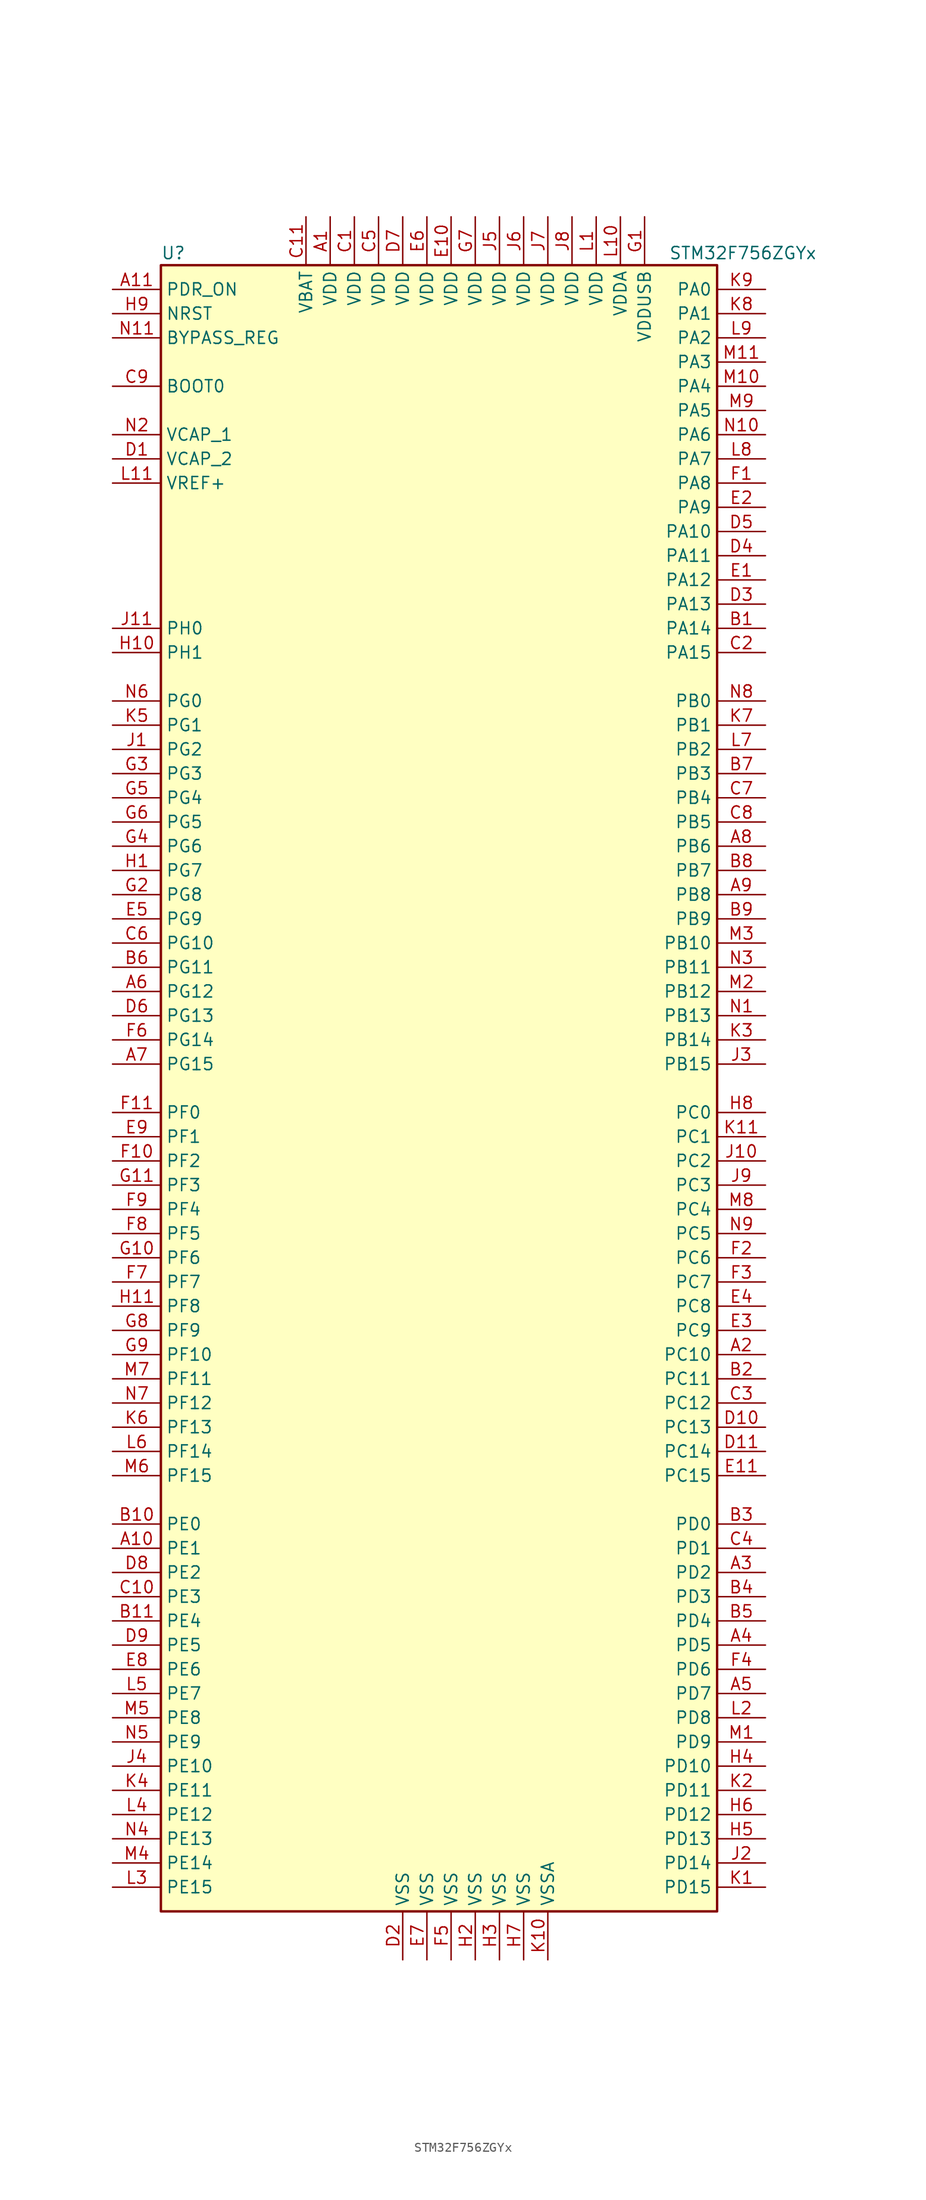
<source format=kicad_sym>
(kicad_symbol_lib
  (version 20201005)
  (generator kicad_symbol_editor)
  (symbol "MCU_ST_STM32F7:STM32F756ZGYx"
    (property "Reference" "U"
      (at -30.48 87.63 0)
      (effects (font (size 1.27 1.27)) (justify left)))
    (property "Value" "STM32F756ZGYx"
      (at 22.86 87.63 0)
      (effects (font (size 1.27 1.27)) (justify left)))
    (symbol "STM32F756ZGYx_0_1"
      (rectangle (start -30.48 -86.36) (end 27.94 86.36) (stroke (width 0.254)) (fill (type background))))
    (symbol "STM32F756ZGYx_1_1"
      (pin input line (at -35.56 73.66 0) (length 5.08) (name "BOOT0" (effects (font (size 1.27 1.27)))) (number "C9" (effects (font (size 1.27 1.27)))))
      (pin input line (at -35.56 78.74 0) (length 5.08) (name "BYPASS_REG" (effects (font (size 1.27 1.27)))) (number "N11" (effects (font (size 1.27 1.27)))))
      (pin input line (at -35.56 81.28 0) (length 5.08) (name "NRST" (effects (font (size 1.27 1.27)))) (number "H9" (effects (font (size 1.27 1.27)))))
      (pin bidirectional line (at 33.02 83.82 180) (length 5.08) (name "PA0" (effects (font (size 1.27 1.27)))) (number "K9" (effects (font (size 1.27 1.27)))))
      (pin bidirectional line (at 33.02 81.28 180) (length 5.08) (name "PA1" (effects (font (size 1.27 1.27)))) (number "K8" (effects (font (size 1.27 1.27)))))
      (pin bidirectional line (at 33.02 58.42 180) (length 5.08) (name "PA10" (effects (font (size 1.27 1.27)))) (number "D5" (effects (font (size 1.27 1.27)))))
      (pin bidirectional line (at 33.02 55.88 180) (length 5.08) (name "PA11" (effects (font (size 1.27 1.27)))) (number "D4" (effects (font (size 1.27 1.27)))))
      (pin bidirectional line (at 33.02 53.34 180) (length 5.08) (name "PA12" (effects (font (size 1.27 1.27)))) (number "E1" (effects (font (size 1.27 1.27)))))
      (pin bidirectional line (at 33.02 50.8 180) (length 5.08) (name "PA13" (effects (font (size 1.27 1.27)))) (number "D3" (effects (font (size 1.27 1.27)))))
      (pin bidirectional line (at 33.02 48.26 180) (length 5.08) (name "PA14" (effects (font (size 1.27 1.27)))) (number "B1" (effects (font (size 1.27 1.27)))))
      (pin bidirectional line (at 33.02 45.72 180) (length 5.08) (name "PA15" (effects (font (size 1.27 1.27)))) (number "C2" (effects (font (size 1.27 1.27)))))
      (pin bidirectional line (at 33.02 78.74 180) (length 5.08) (name "PA2" (effects (font (size 1.27 1.27)))) (number "L9" (effects (font (size 1.27 1.27)))))
      (pin bidirectional line (at 33.02 76.2 180) (length 5.08) (name "PA3" (effects (font (size 1.27 1.27)))) (number "M11" (effects (font (size 1.27 1.27)))))
      (pin bidirectional line (at 33.02 73.66 180) (length 5.08) (name "PA4" (effects (font (size 1.27 1.27)))) (number "M10" (effects (font (size 1.27 1.27)))))
      (pin bidirectional line (at 33.02 71.12 180) (length 5.08) (name "PA5" (effects (font (size 1.27 1.27)))) (number "M9" (effects (font (size 1.27 1.27)))))
      (pin bidirectional line (at 33.02 68.58 180) (length 5.08) (name "PA6" (effects (font (size 1.27 1.27)))) (number "N10" (effects (font (size 1.27 1.27)))))
      (pin bidirectional line (at 33.02 66.04 180) (length 5.08) (name "PA7" (effects (font (size 1.27 1.27)))) (number "L8" (effects (font (size 1.27 1.27)))))
      (pin bidirectional line (at 33.02 63.5 180) (length 5.08) (name "PA8" (effects (font (size 1.27 1.27)))) (number "F1" (effects (font (size 1.27 1.27)))))
      (pin bidirectional line (at 33.02 60.96 180) (length 5.08) (name "PA9" (effects (font (size 1.27 1.27)))) (number "E2" (effects (font (size 1.27 1.27)))))
      (pin bidirectional line (at 33.02 40.64 180) (length 5.08) (name "PB0" (effects (font (size 1.27 1.27)))) (number "N8" (effects (font (size 1.27 1.27)))))
      (pin bidirectional line (at 33.02 38.1 180) (length 5.08) (name "PB1" (effects (font (size 1.27 1.27)))) (number "K7" (effects (font (size 1.27 1.27)))))
      (pin bidirectional line (at 33.02 15.24 180) (length 5.08) (name "PB10" (effects (font (size 1.27 1.27)))) (number "M3" (effects (font (size 1.27 1.27)))))
      (pin bidirectional line (at 33.02 12.7 180) (length 5.08) (name "PB11" (effects (font (size 1.27 1.27)))) (number "N3" (effects (font (size 1.27 1.27)))))
      (pin bidirectional line (at 33.02 10.16 180) (length 5.08) (name "PB12" (effects (font (size 1.27 1.27)))) (number "M2" (effects (font (size 1.27 1.27)))))
      (pin bidirectional line (at 33.02 7.62 180) (length 5.08) (name "PB13" (effects (font (size 1.27 1.27)))) (number "N1" (effects (font (size 1.27 1.27)))))
      (pin bidirectional line (at 33.02 5.08 180) (length 5.08) (name "PB14" (effects (font (size 1.27 1.27)))) (number "K3" (effects (font (size 1.27 1.27)))))
      (pin bidirectional line (at 33.02 2.54 180) (length 5.08) (name "PB15" (effects (font (size 1.27 1.27)))) (number "J3" (effects (font (size 1.27 1.27)))))
      (pin bidirectional line (at 33.02 35.56 180) (length 5.08) (name "PB2" (effects (font (size 1.27 1.27)))) (number "L7" (effects (font (size 1.27 1.27)))))
      (pin bidirectional line (at 33.02 33.02 180) (length 5.08) (name "PB3" (effects (font (size 1.27 1.27)))) (number "B7" (effects (font (size 1.27 1.27)))))
      (pin bidirectional line (at 33.02 30.48 180) (length 5.08) (name "PB4" (effects (font (size 1.27 1.27)))) (number "C7" (effects (font (size 1.27 1.27)))))
      (pin bidirectional line (at 33.02 27.94 180) (length 5.08) (name "PB5" (effects (font (size 1.27 1.27)))) (number "C8" (effects (font (size 1.27 1.27)))))
      (pin bidirectional line (at 33.02 25.4 180) (length 5.08) (name "PB6" (effects (font (size 1.27 1.27)))) (number "A8" (effects (font (size 1.27 1.27)))))
      (pin bidirectional line (at 33.02 22.86 180) (length 5.08) (name "PB7" (effects (font (size 1.27 1.27)))) (number "B8" (effects (font (size 1.27 1.27)))))
      (pin bidirectional line (at 33.02 20.32 180) (length 5.08) (name "PB8" (effects (font (size 1.27 1.27)))) (number "A9" (effects (font (size 1.27 1.27)))))
      (pin bidirectional line (at 33.02 17.78 180) (length 5.08) (name "PB9" (effects (font (size 1.27 1.27)))) (number "B9" (effects (font (size 1.27 1.27)))))
      (pin bidirectional line (at 33.02 -2.54 180) (length 5.08) (name "PC0" (effects (font (size 1.27 1.27)))) (number "H8" (effects (font (size 1.27 1.27)))))
      (pin bidirectional line (at 33.02 -5.08 180) (length 5.08) (name "PC1" (effects (font (size 1.27 1.27)))) (number "K11" (effects (font (size 1.27 1.27)))))
      (pin bidirectional line (at 33.02 -27.94 180) (length 5.08) (name "PC10" (effects (font (size 1.27 1.27)))) (number "A2" (effects (font (size 1.27 1.27)))))
      (pin bidirectional line (at 33.02 -30.48 180) (length 5.08) (name "PC11" (effects (font (size 1.27 1.27)))) (number "B2" (effects (font (size 1.27 1.27)))))
      (pin bidirectional line (at 33.02 -33.02 180) (length 5.08) (name "PC12" (effects (font (size 1.27 1.27)))) (number "C3" (effects (font (size 1.27 1.27)))))
      (pin bidirectional line (at 33.02 -35.56 180) (length 5.08) (name "PC13" (effects (font (size 1.27 1.27)))) (number "D10" (effects (font (size 1.27 1.27)))))
      (pin bidirectional line (at 33.02 -38.1 180) (length 5.08) (name "PC14" (effects (font (size 1.27 1.27)))) (number "D11" (effects (font (size 1.27 1.27)))))
      (pin bidirectional line (at 33.02 -40.64 180) (length 5.08) (name "PC15" (effects (font (size 1.27 1.27)))) (number "E11" (effects (font (size 1.27 1.27)))))
      (pin bidirectional line (at 33.02 -7.62 180) (length 5.08) (name "PC2" (effects (font (size 1.27 1.27)))) (number "J10" (effects (font (size 1.27 1.27)))))
      (pin bidirectional line (at 33.02 -10.16 180) (length 5.08) (name "PC3" (effects (font (size 1.27 1.27)))) (number "J9" (effects (font (size 1.27 1.27)))))
      (pin bidirectional line (at 33.02 -12.7 180) (length 5.08) (name "PC4" (effects (font (size 1.27 1.27)))) (number "M8" (effects (font (size 1.27 1.27)))))
      (pin bidirectional line (at 33.02 -15.24 180) (length 5.08) (name "PC5" (effects (font (size 1.27 1.27)))) (number "N9" (effects (font (size 1.27 1.27)))))
      (pin bidirectional line (at 33.02 -17.78 180) (length 5.08) (name "PC6" (effects (font (size 1.27 1.27)))) (number "F2" (effects (font (size 1.27 1.27)))))
      (pin bidirectional line (at 33.02 -20.32 180) (length 5.08) (name "PC7" (effects (font (size 1.27 1.27)))) (number "F3" (effects (font (size 1.27 1.27)))))
      (pin bidirectional line (at 33.02 -22.86 180) (length 5.08) (name "PC8" (effects (font (size 1.27 1.27)))) (number "E4" (effects (font (size 1.27 1.27)))))
      (pin bidirectional line (at 33.02 -25.4 180) (length 5.08) (name "PC9" (effects (font (size 1.27 1.27)))) (number "E3" (effects (font (size 1.27 1.27)))))
      (pin bidirectional line (at 33.02 -45.72 180) (length 5.08) (name "PD0" (effects (font (size 1.27 1.27)))) (number "B3" (effects (font (size 1.27 1.27)))))
      (pin bidirectional line (at 33.02 -48.26 180) (length 5.08) (name "PD1" (effects (font (size 1.27 1.27)))) (number "C4" (effects (font (size 1.27 1.27)))))
      (pin bidirectional line (at 33.02 -71.12 180) (length 5.08) (name "PD10" (effects (font (size 1.27 1.27)))) (number "H4" (effects (font (size 1.27 1.27)))))
      (pin bidirectional line (at 33.02 -73.66 180) (length 5.08) (name "PD11" (effects (font (size 1.27 1.27)))) (number "K2" (effects (font (size 1.27 1.27)))))
      (pin bidirectional line (at 33.02 -76.2 180) (length 5.08) (name "PD12" (effects (font (size 1.27 1.27)))) (number "H6" (effects (font (size 1.27 1.27)))))
      (pin bidirectional line (at 33.02 -78.74 180) (length 5.08) (name "PD13" (effects (font (size 1.27 1.27)))) (number "H5" (effects (font (size 1.27 1.27)))))
      (pin bidirectional line (at 33.02 -81.28 180) (length 5.08) (name "PD14" (effects (font (size 1.27 1.27)))) (number "J2" (effects (font (size 1.27 1.27)))))
      (pin bidirectional line (at 33.02 -83.82 180) (length 5.08) (name "PD15" (effects (font (size 1.27 1.27)))) (number "K1" (effects (font (size 1.27 1.27)))))
      (pin bidirectional line (at 33.02 -50.8 180) (length 5.08) (name "PD2" (effects (font (size 1.27 1.27)))) (number "A3" (effects (font (size 1.27 1.27)))))
      (pin bidirectional line (at 33.02 -53.34 180) (length 5.08) (name "PD3" (effects (font (size 1.27 1.27)))) (number "B4" (effects (font (size 1.27 1.27)))))
      (pin bidirectional line (at 33.02 -55.88 180) (length 5.08) (name "PD4" (effects (font (size 1.27 1.27)))) (number "B5" (effects (font (size 1.27 1.27)))))
      (pin bidirectional line (at 33.02 -58.42 180) (length 5.08) (name "PD5" (effects (font (size 1.27 1.27)))) (number "A4" (effects (font (size 1.27 1.27)))))
      (pin bidirectional line (at 33.02 -60.96 180) (length 5.08) (name "PD6" (effects (font (size 1.27 1.27)))) (number "F4" (effects (font (size 1.27 1.27)))))
      (pin bidirectional line (at 33.02 -63.5 180) (length 5.08) (name "PD7" (effects (font (size 1.27 1.27)))) (number "A5" (effects (font (size 1.27 1.27)))))
      (pin bidirectional line (at 33.02 -66.04 180) (length 5.08) (name "PD8" (effects (font (size 1.27 1.27)))) (number "L2" (effects (font (size 1.27 1.27)))))
      (pin bidirectional line (at 33.02 -68.58 180) (length 5.08) (name "PD9" (effects (font (size 1.27 1.27)))) (number "M1" (effects (font (size 1.27 1.27)))))
      (pin input line (at -35.56 83.82 0) (length 5.08) (name "PDR_ON" (effects (font (size 1.27 1.27)))) (number "A11" (effects (font (size 1.27 1.27)))))
      (pin bidirectional line (at -35.56 -45.72 0) (length 5.08) (name "PE0" (effects (font (size 1.27 1.27)))) (number "B10" (effects (font (size 1.27 1.27)))))
      (pin bidirectional line (at -35.56 -48.26 0) (length 5.08) (name "PE1" (effects (font (size 1.27 1.27)))) (number "A10" (effects (font (size 1.27 1.27)))))
      (pin bidirectional line (at -35.56 -71.12 0) (length 5.08) (name "PE10" (effects (font (size 1.27 1.27)))) (number "J4" (effects (font (size 1.27 1.27)))))
      (pin bidirectional line (at -35.56 -73.66 0) (length 5.08) (name "PE11" (effects (font (size 1.27 1.27)))) (number "K4" (effects (font (size 1.27 1.27)))))
      (pin bidirectional line (at -35.56 -76.2 0) (length 5.08) (name "PE12" (effects (font (size 1.27 1.27)))) (number "L4" (effects (font (size 1.27 1.27)))))
      (pin bidirectional line (at -35.56 -78.74 0) (length 5.08) (name "PE13" (effects (font (size 1.27 1.27)))) (number "N4" (effects (font (size 1.27 1.27)))))
      (pin bidirectional line (at -35.56 -81.28 0) (length 5.08) (name "PE14" (effects (font (size 1.27 1.27)))) (number "M4" (effects (font (size 1.27 1.27)))))
      (pin bidirectional line (at -35.56 -83.82 0) (length 5.08) (name "PE15" (effects (font (size 1.27 1.27)))) (number "L3" (effects (font (size 1.27 1.27)))))
      (pin bidirectional line (at -35.56 -50.8 0) (length 5.08) (name "PE2" (effects (font (size 1.27 1.27)))) (number "D8" (effects (font (size 1.27 1.27)))))
      (pin bidirectional line (at -35.56 -53.34 0) (length 5.08) (name "PE3" (effects (font (size 1.27 1.27)))) (number "C10" (effects (font (size 1.27 1.27)))))
      (pin bidirectional line (at -35.56 -55.88 0) (length 5.08) (name "PE4" (effects (font (size 1.27 1.27)))) (number "B11" (effects (font (size 1.27 1.27)))))
      (pin bidirectional line (at -35.56 -58.42 0) (length 5.08) (name "PE5" (effects (font (size 1.27 1.27)))) (number "D9" (effects (font (size 1.27 1.27)))))
      (pin bidirectional line (at -35.56 -60.96 0) (length 5.08) (name "PE6" (effects (font (size 1.27 1.27)))) (number "E8" (effects (font (size 1.27 1.27)))))
      (pin bidirectional line (at -35.56 -63.5 0) (length 5.08) (name "PE7" (effects (font (size 1.27 1.27)))) (number "L5" (effects (font (size 1.27 1.27)))))
      (pin bidirectional line (at -35.56 -66.04 0) (length 5.08) (name "PE8" (effects (font (size 1.27 1.27)))) (number "M5" (effects (font (size 1.27 1.27)))))
      (pin bidirectional line (at -35.56 -68.58 0) (length 5.08) (name "PE9" (effects (font (size 1.27 1.27)))) (number "N5" (effects (font (size 1.27 1.27)))))
      (pin bidirectional line (at -35.56 -2.54 0) (length 5.08) (name "PF0" (effects (font (size 1.27 1.27)))) (number "F11" (effects (font (size 1.27 1.27)))))
      (pin bidirectional line (at -35.56 -5.08 0) (length 5.08) (name "PF1" (effects (font (size 1.27 1.27)))) (number "E9" (effects (font (size 1.27 1.27)))))
      (pin bidirectional line (at -35.56 -27.94 0) (length 5.08) (name "PF10" (effects (font (size 1.27 1.27)))) (number "G9" (effects (font (size 1.27 1.27)))))
      (pin bidirectional line (at -35.56 -30.48 0) (length 5.08) (name "PF11" (effects (font (size 1.27 1.27)))) (number "M7" (effects (font (size 1.27 1.27)))))
      (pin bidirectional line (at -35.56 -33.02 0) (length 5.08) (name "PF12" (effects (font (size 1.27 1.27)))) (number "N7" (effects (font (size 1.27 1.27)))))
      (pin bidirectional line (at -35.56 -35.56 0) (length 5.08) (name "PF13" (effects (font (size 1.27 1.27)))) (number "K6" (effects (font (size 1.27 1.27)))))
      (pin bidirectional line (at -35.56 -38.1 0) (length 5.08) (name "PF14" (effects (font (size 1.27 1.27)))) (number "L6" (effects (font (size 1.27 1.27)))))
      (pin bidirectional line (at -35.56 -40.64 0) (length 5.08) (name "PF15" (effects (font (size 1.27 1.27)))) (number "M6" (effects (font (size 1.27 1.27)))))
      (pin bidirectional line (at -35.56 -7.62 0) (length 5.08) (name "PF2" (effects (font (size 1.27 1.27)))) (number "F10" (effects (font (size 1.27 1.27)))))
      (pin bidirectional line (at -35.56 -10.16 0) (length 5.08) (name "PF3" (effects (font (size 1.27 1.27)))) (number "G11" (effects (font (size 1.27 1.27)))))
      (pin bidirectional line (at -35.56 -12.7 0) (length 5.08) (name "PF4" (effects (font (size 1.27 1.27)))) (number "F9" (effects (font (size 1.27 1.27)))))
      (pin bidirectional line (at -35.56 -15.24 0) (length 5.08) (name "PF5" (effects (font (size 1.27 1.27)))) (number "F8" (effects (font (size 1.27 1.27)))))
      (pin bidirectional line (at -35.56 -17.78 0) (length 5.08) (name "PF6" (effects (font (size 1.27 1.27)))) (number "G10" (effects (font (size 1.27 1.27)))))
      (pin bidirectional line (at -35.56 -20.32 0) (length 5.08) (name "PF7" (effects (font (size 1.27 1.27)))) (number "F7" (effects (font (size 1.27 1.27)))))
      (pin bidirectional line (at -35.56 -22.86 0) (length 5.08) (name "PF8" (effects (font (size 1.27 1.27)))) (number "H11" (effects (font (size 1.27 1.27)))))
      (pin bidirectional line (at -35.56 -25.4 0) (length 5.08) (name "PF9" (effects (font (size 1.27 1.27)))) (number "G8" (effects (font (size 1.27 1.27)))))
      (pin bidirectional line (at -35.56 40.64 0) (length 5.08) (name "PG0" (effects (font (size 1.27 1.27)))) (number "N6" (effects (font (size 1.27 1.27)))))
      (pin bidirectional line (at -35.56 38.1 0) (length 5.08) (name "PG1" (effects (font (size 1.27 1.27)))) (number "K5" (effects (font (size 1.27 1.27)))))
      (pin bidirectional line (at -35.56 15.24 0) (length 5.08) (name "PG10" (effects (font (size 1.27 1.27)))) (number "C6" (effects (font (size 1.27 1.27)))))
      (pin bidirectional line (at -35.56 12.7 0) (length 5.08) (name "PG11" (effects (font (size 1.27 1.27)))) (number "B6" (effects (font (size 1.27 1.27)))))
      (pin bidirectional line (at -35.56 10.16 0) (length 5.08) (name "PG12" (effects (font (size 1.27 1.27)))) (number "A6" (effects (font (size 1.27 1.27)))))
      (pin bidirectional line (at -35.56 7.62 0) (length 5.08) (name "PG13" (effects (font (size 1.27 1.27)))) (number "D6" (effects (font (size 1.27 1.27)))))
      (pin bidirectional line (at -35.56 5.08 0) (length 5.08) (name "PG14" (effects (font (size 1.27 1.27)))) (number "F6" (effects (font (size 1.27 1.27)))))
      (pin bidirectional line (at -35.56 2.54 0) (length 5.08) (name "PG15" (effects (font (size 1.27 1.27)))) (number "A7" (effects (font (size 1.27 1.27)))))
      (pin bidirectional line (at -35.56 35.56 0) (length 5.08) (name "PG2" (effects (font (size 1.27 1.27)))) (number "J1" (effects (font (size 1.27 1.27)))))
      (pin bidirectional line (at -35.56 33.02 0) (length 5.08) (name "PG3" (effects (font (size 1.27 1.27)))) (number "G3" (effects (font (size 1.27 1.27)))))
      (pin bidirectional line (at -35.56 30.48 0) (length 5.08) (name "PG4" (effects (font (size 1.27 1.27)))) (number "G5" (effects (font (size 1.27 1.27)))))
      (pin bidirectional line (at -35.56 27.94 0) (length 5.08) (name "PG5" (effects (font (size 1.27 1.27)))) (number "G6" (effects (font (size 1.27 1.27)))))
      (pin bidirectional line (at -35.56 25.4 0) (length 5.08) (name "PG6" (effects (font (size 1.27 1.27)))) (number "G4" (effects (font (size 1.27 1.27)))))
      (pin bidirectional line (at -35.56 22.86 0) (length 5.08) (name "PG7" (effects (font (size 1.27 1.27)))) (number "H1" (effects (font (size 1.27 1.27)))))
      (pin bidirectional line (at -35.56 20.32 0) (length 5.08) (name "PG8" (effects (font (size 1.27 1.27)))) (number "G2" (effects (font (size 1.27 1.27)))))
      (pin bidirectional line (at -35.56 17.78 0) (length 5.08) (name "PG9" (effects (font (size 1.27 1.27)))) (number "E5" (effects (font (size 1.27 1.27)))))
      (pin input line (at -35.56 48.26 0) (length 5.08) (name "PH0" (effects (font (size 1.27 1.27)))) (number "J11" (effects (font (size 1.27 1.27)))))
      (pin input line (at -35.56 45.72 0) (length 5.08) (name "PH1" (effects (font (size 1.27 1.27)))) (number "H10" (effects (font (size 1.27 1.27)))))
      (pin power_in line (at -15.24 91.44 270) (length 5.08) (name "VBAT" (effects (font (size 1.27 1.27)))) (number "C11" (effects (font (size 1.27 1.27)))))
      (pin power_in line (at -35.56 68.58 0) (length 5.08) (name "VCAP_1" (effects (font (size 1.27 1.27)))) (number "N2" (effects (font (size 1.27 1.27)))))
      (pin power_in line (at -35.56 66.04 0) (length 5.08) (name "VCAP_2" (effects (font (size 1.27 1.27)))) (number "D1" (effects (font (size 1.27 1.27)))))
      (pin power_in line (at -12.7 91.44 270) (length 5.08) (name "VDD" (effects (font (size 1.27 1.27)))) (number "A1" (effects (font (size 1.27 1.27)))))
      (pin power_in line (at -10.16 91.44 270) (length 5.08) (name "VDD" (effects (font (size 1.27 1.27)))) (number "C1" (effects (font (size 1.27 1.27)))))
      (pin power_in line (at -7.62 91.44 270) (length 5.08) (name "VDD" (effects (font (size 1.27 1.27)))) (number "C5" (effects (font (size 1.27 1.27)))))
      (pin power_in line (at -5.08 91.44 270) (length 5.08) (name "VDD" (effects (font (size 1.27 1.27)))) (number "D7" (effects (font (size 1.27 1.27)))))
      (pin power_in line (at 0 91.44 270) (length 5.08) (name "VDD" (effects (font (size 1.27 1.27)))) (number "E10" (effects (font (size 1.27 1.27)))))
      (pin power_in line (at -2.54 91.44 270) (length 5.08) (name "VDD" (effects (font (size 1.27 1.27)))) (number "E6" (effects (font (size 1.27 1.27)))))
      (pin power_in line (at 2.54 91.44 270) (length 5.08) (name "VDD" (effects (font (size 1.27 1.27)))) (number "G7" (effects (font (size 1.27 1.27)))))
      (pin power_in line (at 5.08 91.44 270) (length 5.08) (name "VDD" (effects (font (size 1.27 1.27)))) (number "J5" (effects (font (size 1.27 1.27)))))
      (pin power_in line (at 7.62 91.44 270) (length 5.08) (name "VDD" (effects (font (size 1.27 1.27)))) (number "J6" (effects (font (size 1.27 1.27)))))
      (pin power_in line (at 10.16 91.44 270) (length 5.08) (name "VDD" (effects (font (size 1.27 1.27)))) (number "J7" (effects (font (size 1.27 1.27)))))
      (pin power_in line (at 12.7 91.44 270) (length 5.08) (name "VDD" (effects (font (size 1.27 1.27)))) (number "J8" (effects (font (size 1.27 1.27)))))
      (pin power_in line (at 15.24 91.44 270) (length 5.08) (name "VDD" (effects (font (size 1.27 1.27)))) (number "L1" (effects (font (size 1.27 1.27)))))
      (pin power_in line (at 17.78 91.44 270) (length 5.08) (name "VDDA" (effects (font (size 1.27 1.27)))) (number "L10" (effects (font (size 1.27 1.27)))))
      (pin power_in line (at 20.32 91.44 270) (length 5.08) (name "VDDUSB" (effects (font (size 1.27 1.27)))) (number "G1" (effects (font (size 1.27 1.27)))))
      (pin power_in line (at -35.56 63.5 0) (length 5.08) (name "VREF+" (effects (font (size 1.27 1.27)))) (number "L11" (effects (font (size 1.27 1.27)))))
      (pin power_in line (at -5.08 -91.44 90) (length 5.08) (name "VSS" (effects (font (size 1.27 1.27)))) (number "D2" (effects (font (size 1.27 1.27)))))
      (pin power_in line (at -2.54 -91.44 90) (length 5.08) (name "VSS" (effects (font (size 1.27 1.27)))) (number "E7" (effects (font (size 1.27 1.27)))))
      (pin power_in line (at 0 -91.44 90) (length 5.08) (name "VSS" (effects (font (size 1.27 1.27)))) (number "F5" (effects (font (size 1.27 1.27)))))
      (pin power_in line (at 2.54 -91.44 90) (length 5.08) (name "VSS" (effects (font (size 1.27 1.27)))) (number "H2" (effects (font (size 1.27 1.27)))))
      (pin power_in line (at 5.08 -91.44 90) (length 5.08) (name "VSS" (effects (font (size 1.27 1.27)))) (number "H3" (effects (font (size 1.27 1.27)))))
      (pin power_in line (at 7.62 -91.44 90) (length 5.08) (name "VSS" (effects (font (size 1.27 1.27)))) (number "H7" (effects (font (size 1.27 1.27)))))
      (pin power_in line (at 10.16 -91.44 90) (length 5.08) (name "VSSA" (effects (font (size 1.27 1.27)))) (number "K10" (effects (font (size 1.27 1.27))))))))
</source>
